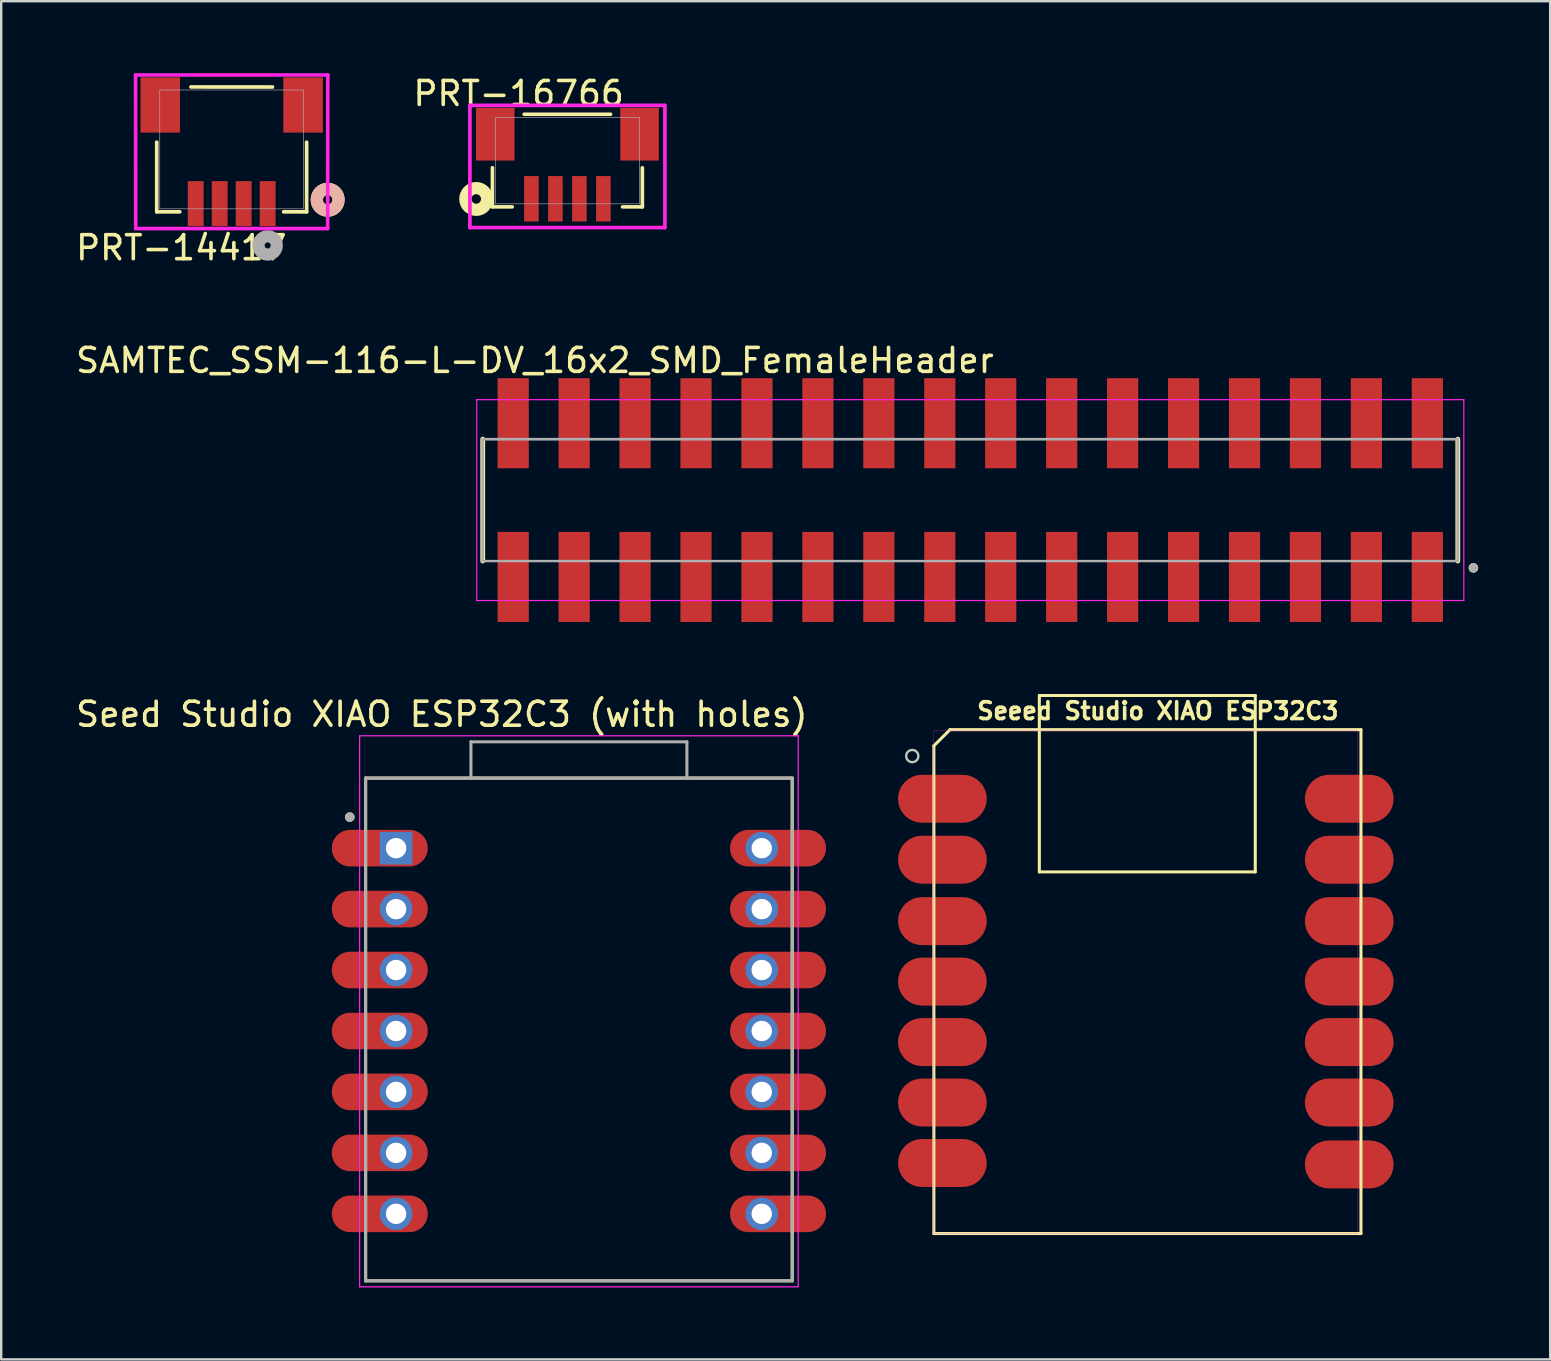
<source format=kicad_pcb>
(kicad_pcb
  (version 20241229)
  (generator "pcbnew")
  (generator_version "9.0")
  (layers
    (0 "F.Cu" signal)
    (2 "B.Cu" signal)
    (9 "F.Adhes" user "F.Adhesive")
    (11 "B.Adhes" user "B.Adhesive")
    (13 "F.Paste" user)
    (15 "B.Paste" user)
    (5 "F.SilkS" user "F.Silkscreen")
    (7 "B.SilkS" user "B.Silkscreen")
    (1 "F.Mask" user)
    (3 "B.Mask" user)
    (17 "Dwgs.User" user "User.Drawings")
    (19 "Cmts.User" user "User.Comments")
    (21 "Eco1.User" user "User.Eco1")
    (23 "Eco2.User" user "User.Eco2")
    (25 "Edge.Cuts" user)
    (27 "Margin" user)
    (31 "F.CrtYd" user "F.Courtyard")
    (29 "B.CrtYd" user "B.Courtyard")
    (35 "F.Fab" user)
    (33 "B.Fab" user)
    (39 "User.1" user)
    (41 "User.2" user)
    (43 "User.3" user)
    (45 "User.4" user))
  (footprint "SAMTEC_SSM-116-L-DV_16x2_SMD_FemaleHeader"
    (layer "F.Cu")
    (at 37.389 17.793)
    (property "Reference" "SAMTEC_SSM-116-L-DV_16x2_SMD_FemaleHeader" (at -18.145 -5.82 0) (layer "F.SilkS") (effects (font (size 1 1) (thickness 0.15))))
    (attr smd)
    (fp_line (start -20.32 2.54) (end -20.32 -2.54) (stroke (width 0.2) (type solid)) (layer "F.SilkS"))
    (fp_line (start 20.32 -2.54) (end 20.32 2.54) (stroke (width 0.2) (type solid)) (layer "F.SilkS"))
    (fp_circle (center 20.97 2.825) (end 21.07 2.825) (stroke (width 0.2) (type solid)) (fill no) (layer "F.SilkS"))
    (fp_line (start -20.57 -4.185) (end 20.57 -4.185) (stroke (width 0.05) (type solid)) (layer "F.CrtYd"))
    (fp_line (start -20.57 4.185) (end -20.57 -4.185) (stroke (width 0.05) (type solid)) (layer "F.CrtYd"))
    (fp_line (start 20.57 -4.185) (end 20.57 4.185) (stroke (width 0.05) (type solid)) (layer "F.CrtYd"))
    (fp_line (start 20.57 4.185) (end -20.57 4.185) (stroke (width 0.05) (type solid)) (layer "F.CrtYd"))
    (fp_line (start -20.32 -2.54) (end 20.32 -2.54) (stroke (width 0.1) (type solid)) (layer "F.Fab"))
    (fp_line (start -20.32 -2.54) (end 20.32 -2.54) (stroke (width 0.1) (type solid)) (layer "F.Fab"))
    (fp_line (start -20.32 2.54) (end -20.32 -2.54) (stroke (width 0.1) (type solid)) (layer "F.Fab"))
    (fp_line (start -20.32 2.54) (end -20.32 -2.54) (stroke (width 0.1) (type solid)) (layer "F.Fab"))
    (fp_line (start 20.32 -2.54) (end 20.32 2.54) (stroke (width 0.1) (type solid)) (layer "F.Fab"))
    (fp_line (start 20.32 -2.54) (end 20.32 2.54) (stroke (width 0.1) (type solid)) (layer "F.Fab"))
    (fp_line (start 20.32 2.54) (end -20.32 2.54) (stroke (width 0.1) (type solid)) (layer "F.Fab"))
    (fp_circle (center 20.97 2.825) (end 21.07 2.825) (stroke (width 0.2) (type solid)) (fill no) (layer "F.Fab"))
    (pad "01" smd rect (at 19.05 3.203) (size 1.3 3.755) (layers "F.Cu" "F.Mask" "F.Paste"))
    (pad "02" smd rect (at 19.05 -3.203) (size 1.3 3.755) (layers "F.Cu" "F.Mask" "F.Paste"))
    (pad "03" smd rect (at 16.51 3.203) (size 1.3 3.755) (layers "F.Cu" "F.Mask" "F.Paste"))
    (pad "04" smd rect (at 16.51 -3.203) (size 1.3 3.755) (layers "F.Cu" "F.Mask" "F.Paste"))
    (pad "05" smd rect (at 13.97 3.203) (size 1.3 3.755) (layers "F.Cu" "F.Mask" "F.Paste"))
    (pad "06" smd rect (at 13.97 -3.203) (size 1.3 3.755) (layers "F.Cu" "F.Mask" "F.Paste"))
    (pad "07" smd rect (at 11.43 3.203) (size 1.3 3.755) (layers "F.Cu" "F.Mask" "F.Paste"))
    (pad "08" smd rect (at 11.43 -3.203) (size 1.3 3.755) (layers "F.Cu" "F.Mask" "F.Paste"))
    (pad "09" smd rect (at 8.89 3.203) (size 1.3 3.755) (layers "F.Cu" "F.Mask" "F.Paste"))
    (pad "10" smd rect (at 8.89 -3.203) (size 1.3 3.755) (layers "F.Cu" "F.Mask" "F.Paste"))
    (pad "11" smd rect (at 6.35 3.203) (size 1.3 3.755) (layers "F.Cu" "F.Mask" "F.Paste"))
    (pad "12" smd rect (at 6.35 -3.203) (size 1.3 3.755) (layers "F.Cu" "F.Mask" "F.Paste"))
    (pad "13" smd rect (at 3.81 3.203) (size 1.3 3.755) (layers "F.Cu" "F.Mask" "F.Paste"))
    (pad "14" smd rect (at 3.81 -3.203) (size 1.3 3.755) (layers "F.Cu" "F.Mask" "F.Paste"))
    (pad "15" smd rect (at 1.27 3.203) (size 1.3 3.755) (layers "F.Cu" "F.Mask" "F.Paste"))
    (pad "16" smd rect (at 1.27 -3.203) (size 1.3 3.755) (layers "F.Cu" "F.Mask" "F.Paste"))
    (pad "17" smd rect (at -1.27 3.203) (size 1.3 3.755) (layers "F.Cu" "F.Mask" "F.Paste"))
    (pad "18" smd rect (at -1.27 -3.203) (size 1.3 3.755) (layers "F.Cu" "F.Mask" "F.Paste"))
    (pad "19" smd rect (at -3.81 3.203) (size 1.3 3.755) (layers "F.Cu" "F.Mask" "F.Paste"))
    (pad "20" smd rect (at -3.81 -3.203) (size 1.3 3.755) (layers "F.Cu" "F.Mask" "F.Paste"))
    (pad "21" smd rect (at -6.35 3.203) (size 1.3 3.755) (layers "F.Cu" "F.Mask" "F.Paste"))
    (pad "22" smd rect (at -6.35 -3.203) (size 1.3 3.755) (layers "F.Cu" "F.Mask" "F.Paste"))
    (pad "23" smd rect (at -8.89 3.203) (size 1.3 3.755) (layers "F.Cu" "F.Mask" "F.Paste"))
    (pad "24" smd rect (at -8.89 -3.203) (size 1.3 3.755) (layers "F.Cu" "F.Mask" "F.Paste"))
    (pad "25" smd rect (at -11.43 3.203) (size 1.3 3.755) (layers "F.Cu" "F.Mask" "F.Paste"))
    (pad "26" smd rect (at -11.43 -3.203) (size 1.3 3.755) (layers "F.Cu" "F.Mask" "F.Paste"))
    (pad "27" smd rect (at -13.97 3.203) (size 1.3 3.755) (layers "F.Cu" "F.Mask" "F.Paste"))
    (pad "28" smd rect (at -13.97 -3.203) (size 1.3 3.755) (layers "F.Cu" "F.Mask" "F.Paste"))
    (pad "29" smd rect (at -16.51 3.203) (size 1.3 3.755) (layers "F.Cu" "F.Mask" "F.Paste"))
    (pad "30" smd rect (at -16.51 -3.203) (size 1.3 3.755) (layers "F.Cu" "F.Mask" "F.Paste"))
    (pad "31" smd rect (at -19.05 3.203) (size 1.3 3.755) (layers "F.Cu" "F.Mask" "F.Paste"))
    (pad "32" smd rect (at -19.05 -3.203) (size 1.3 3.755) (layers "F.Cu" "F.Mask" "F.Paste")))
  (footprint "PRT-14417"
    (layer "F.Cu")
    (at 6.606 3.176)
    (property "Reference" "PRT-14417" (at -2.1 4.1 0) (unlocked yes) (layer "F.SilkS") (effects (font (size 1 1) (thickness 0.15))))
    (attr smd)
    (fp_line (start -3.124 -0.3) (end -3.124 2.603) (stroke (width 0.152) (type solid)) (layer "F.SilkS"))
    (fp_line (start -3.124 2.603) (end -2.163 2.603) (stroke (width 0.152) (type solid)) (layer "F.SilkS"))
    (fp_line (start 1.7 -2.6) (end -1.7 -2.603) (stroke (width 0.152) (type solid)) (layer "F.SilkS"))
    (fp_line (start 2.163 2.603) (end 3.124 2.603) (stroke (width 0.152) (type solid)) (layer "F.SilkS"))
    (fp_line (start 3.124 2.603) (end 3.124 -0.3) (stroke (width 0.152) (type solid)) (layer "F.SilkS"))
    (fp_circle (center 4 2.1) (end 4.2 2.1) (stroke (width 0.508) (type solid)) (fill no) (layer "F.SilkS"))
    (fp_circle (center 4 2.099) (end 4.2 2.099) (stroke (width 0.508) (type solid)) (fill no) (layer "B.SilkS"))
    (fp_line (start -4.006 -3.1) (end -4 3.3) (stroke (width 0.152) (type solid)) (layer "F.CrtYd"))
    (fp_line (start -4 3.3) (end 4 3.3) (stroke (width 0.152) (type solid)) (layer "F.CrtYd"))
    (fp_line (start 4 3.3) (end 4.006 -3.1) (stroke (width 0.152) (type solid)) (layer "F.CrtYd"))
    (fp_line (start 4.006 -3.1) (end -4.006 -3.1) (stroke (width 0.152) (type solid)) (layer "F.CrtYd"))
    (fp_line (start -2.997 -2.477) (end -2.997 2.477) (stroke (width 0.025) (type solid)) (layer "F.Fab"))
    (fp_line (start -2.997 2.477) (end 2.997 2.477) (stroke (width 0.025) (type solid)) (layer "F.Fab"))
    (fp_line (start 2.997 -2.477) (end -2.997 -2.477) (stroke (width 0.025) (type solid)) (layer "F.Fab"))
    (fp_line (start 2.997 2.477) (end 2.997 -2.477) (stroke (width 0.025) (type solid)) (layer "F.Fab"))
    (fp_circle (center 1.5 4.003) (end 1.881 4.003) (stroke (width 0.508) (type solid)) (fill no) (layer "F.Fab"))
    (pad "1" smd rect (at 1.5 2.262) (size 0.66 1.876) (layers "F.Cu" "F.Mask" "F.Paste"))
    (pad "2" smd rect (at 0.5 2.262) (size 0.66 1.876) (layers "F.Cu" "F.Mask" "F.Paste"))
    (pad "3" smd rect (at -0.5 2.262) (size 0.66 1.876) (layers "F.Cu" "F.Mask" "F.Paste"))
    (pad "4" smd rect (at -1.5 2.262) (size 0.66 1.876) (layers "F.Cu" "F.Mask" "F.Paste"))
    (pad "5" smd rect (at -2.976 -1.85 90) (size 2.3 1.648) (layers "F.Cu" "F.Mask" "F.Paste"))
    (pad "6" smd rect (at 2.976 -1.85 90) (size 2.3 1.648) (layers "F.Cu" "F.Mask" "F.Paste")))
  (footprint "PRT-16766"
    (layer "F.Cu")
    (at 20.598 3.642)
    (property "Reference" "PRT-16766" (at -2.032 -2.794 0) (unlocked yes) (layer "F.SilkS") (effects (font (size 1 1) (thickness 0.15))))
    (attr smd)
    (fp_line (start -3.124 0.3) (end -3.124 1.93) (stroke (width 0.152) (type solid)) (layer "F.SilkS"))
    (fp_line (start -3.124 1.93) (end -2.3 1.93) (stroke (width 0.152) (type solid)) (layer "F.SilkS"))
    (fp_line (start 1.8 -1.93) (end -1.8 -1.93) (stroke (width 0.152) (type solid)) (layer "F.SilkS"))
    (fp_line (start 2.3 1.93) (end 3.124 1.93) (stroke (width 0.152) (type solid)) (layer "F.SilkS"))
    (fp_line (start 3.124 1.93) (end 3.124 0.3) (stroke (width 0.152) (type solid)) (layer "F.SilkS"))
    (fp_circle (center -3.8 1.6) (end -3.6 1.6) (stroke (width 0.508) (type solid)) (fill no) (layer "F.SilkS"))
    (fp_line (start -4.064 -2.3) (end -4.064 2.794) (stroke (width 0.152) (type solid)) (layer "F.CrtYd"))
    (fp_line (start -4.064 2.794) (end 4.064 2.794) (stroke (width 0.152) (type solid)) (layer "F.CrtYd"))
    (fp_line (start 4.064 -2.3) (end -4.064 -2.3) (stroke (width 0.152) (type solid)) (layer "F.CrtYd"))
    (fp_line (start 4.064 2.794) (end 4.064 -2.3) (stroke (width 0.152) (type solid)) (layer "F.CrtYd"))
    (fp_line (start -2.997 -1.803) (end -2.997 1.803) (stroke (width 0.025) (type solid)) (layer "F.Fab"))
    (fp_line (start -2.997 1.803) (end 2.997 1.803) (stroke (width 0.025) (type solid)) (layer "F.Fab"))
    (fp_line (start 2.997 -1.803) (end -2.997 -1.803) (stroke (width 0.025) (type solid)) (layer "F.Fab"))
    (fp_line (start 2.997 1.803) (end 2.997 -1.803) (stroke (width 0.025) (type solid)) (layer "F.Fab"))
    (pad "1" smd rect (at -1.5 1.593) (size 0.61 1.893) (layers "F.Cu" "F.Mask" "F.Paste"))
    (pad "2" smd rect (at -0.5 1.593) (size 0.61 1.893) (layers "F.Cu" "F.Mask" "F.Paste"))
    (pad "3" smd rect (at 0.5 1.593) (size 0.61 1.893) (layers "F.Cu" "F.Mask" "F.Paste"))
    (pad "4" smd rect (at 1.5 1.593) (size 0.61 1.893) (layers "F.Cu" "F.Mask" "F.Paste"))
    (pad "5" smd rect (at -3.007 -1.1) (size 1.607 2.2) (layers "F.Cu" "F.Mask" "F.Paste"))
    (pad "6" smd rect (at 3.007 -1.1) (size 1.607 2.2) (layers "F.Cu" "F.Mask" "F.Paste")))
  (footprint "Seed Studio XIAO ESP32C3 (with holes)"
    (layer "F.Cu")
    (at 21.078 39.856)
    (property "Reference" "Seed Studio XIAO ESP32C3 (with holes)" (at -5.715 -13.135 0) (layer "F.SilkS") (effects (font (size 1 1) (thickness 0.15))))
    (attr through_hole)
    (fp_line (start -8.89 -10.477) (end 8.89 -10.477) (stroke (width 0.127) (type solid)) (layer "F.SilkS"))
    (fp_line (start -8.89 10.477) (end -8.89 -10.477) (stroke (width 0.127) (type solid)) (layer "F.SilkS"))
    (fp_line (start 8.89 -10.477) (end 8.89 10.477) (stroke (width 0.127) (type solid)) (layer "F.SilkS"))
    (fp_line (start 8.89 10.477) (end -8.89 10.477) (stroke (width 0.127) (type solid)) (layer "F.SilkS"))
    (fp_circle (center -9.55 -8.85) (end -9.45 -8.85) (stroke (width 0.2) (type solid)) (fill no) (layer "F.SilkS"))
    (fp_line (start -9.14 -12.238) (end -9.14 10.727) (stroke (width 0.05) (type solid)) (layer "F.CrtYd"))
    (fp_line (start -9.14 10.727) (end 9.14 10.727) (stroke (width 0.05) (type solid)) (layer "F.CrtYd"))
    (fp_line (start 9.14 -12.238) (end -9.14 -12.238) (stroke (width 0.05) (type solid)) (layer "F.CrtYd"))
    (fp_line (start 9.14 10.727) (end 9.14 -12.238) (stroke (width 0.05) (type solid)) (layer "F.CrtYd"))
    (fp_line (start -8.89 -10.477) (end -4.5 -10.477) (stroke (width 0.127) (type solid)) (layer "F.Fab"))
    (fp_line (start -8.89 10.477) (end -8.89 -10.477) (stroke (width 0.127) (type solid)) (layer "F.Fab"))
    (fp_line (start -4.5 -11.988) (end 4.5 -11.988) (stroke (width 0.127) (type solid)) (layer "F.Fab"))
    (fp_line (start -4.5 -10.477) (end -4.5 -11.988) (stroke (width 0.127) (type solid)) (layer "F.Fab"))
    (fp_line (start -4.5 -10.477) (end 4.5 -10.477) (stroke (width 0.127) (type solid)) (layer "F.Fab"))
    (fp_line (start 4.5 -11.988) (end 4.5 -10.477) (stroke (width 0.127) (type solid)) (layer "F.Fab"))
    (fp_line (start 4.5 -10.477) (end 8.89 -10.477) (stroke (width 0.127) (type solid)) (layer "F.Fab"))
    (fp_line (start 8.89 -10.477) (end 8.89 10.477) (stroke (width 0.127) (type solid)) (layer "F.Fab"))
    (fp_line (start 8.89 10.477) (end -8.89 10.477) (stroke (width 0.127) (type solid)) (layer "F.Fab"))
    (fp_circle (center -9.55 -8.85) (end -9.45 -8.85) (stroke (width 0.2) (type solid)) (fill no) (layer "F.Fab"))
    (pad "1" smd oval (at -8.299 -7.556) (size 4 1.524) (layers "F.Cu" "F.Mask" "F.Paste"))
    (pad "1" thru_hole rect (at -7.62 -7.556) (size 1.358 1.358) (drill 0.85) (layers "*.Cu" "*.Mask"))
    (pad "2" smd oval (at -8.299 -5.016) (size 4 1.524) (layers "F.Cu" "F.Mask" "F.Paste"))
    (pad "2" thru_hole circle (at -7.62 -5.016) (size 1.358 1.358) (drill 0.85) (layers "*.Cu" "*.Mask"))
    (pad "3" smd oval (at -8.299 -2.477) (size 4 1.524) (layers "F.Cu" "F.Mask" "F.Paste"))
    (pad "3" thru_hole circle (at -7.62 -2.477) (size 1.358 1.358) (drill 0.85) (layers "*.Cu" "*.Mask"))
    (pad "4" smd oval (at -8.299 0.064) (size 4 1.524) (layers "F.Cu" "F.Mask" "F.Paste"))
    (pad "4" thru_hole circle (at -7.62 0.064) (size 1.358 1.358) (drill 0.85) (layers "*.Cu" "*.Mask"))
    (pad "5" smd oval (at -8.299 2.603) (size 4 1.524) (layers "F.Cu" "F.Mask" "F.Paste"))
    (pad "5" thru_hole circle (at -7.62 2.603) (size 1.358 1.358) (drill 0.85) (layers "*.Cu" "*.Mask"))
    (pad "6" smd oval (at -8.299 5.144) (size 4 1.524) (layers "F.Cu" "F.Mask" "F.Paste"))
    (pad "6" thru_hole circle (at -7.62 5.144) (size 1.358 1.358) (drill 0.85) (layers "*.Cu" "*.Mask"))
    (pad "7" smd oval (at -8.299 7.684) (size 4 1.524) (layers "F.Cu" "F.Mask" "F.Paste"))
    (pad "7" thru_hole circle (at -7.62 7.684) (size 1.358 1.358) (drill 0.85) (layers "*.Cu" "*.Mask"))
    (pad "8" thru_hole circle (at 7.62 7.684) (size 1.358 1.358) (drill 0.85) (layers "*.Cu" "*.Mask"))
    (pad "8" smd oval (at 8.299 7.684) (size 4 1.524) (layers "F.Cu" "F.Mask" "F.Paste"))
    (pad "9" thru_hole circle (at 7.62 5.144) (size 1.358 1.358) (drill 0.85) (layers "*.Cu" "*.Mask"))
    (pad "9" smd oval (at 8.299 5.144) (size 4 1.524) (layers "F.Cu" "F.Mask" "F.Paste"))
    (pad "10" thru_hole circle (at 7.62 2.603) (size 1.358 1.358) (drill 0.85) (layers "*.Cu" "*.Mask"))
    (pad "10" smd oval (at 8.299 2.603) (size 4 1.524) (layers "F.Cu" "F.Mask" "F.Paste"))
    (pad "11" thru_hole circle (at 7.62 0.064) (size 1.358 1.358) (drill 0.85) (layers "*.Cu" "*.Mask"))
    (pad "11" smd oval (at 8.299 0.064) (size 4 1.524) (layers "F.Cu" "F.Mask" "F.Paste"))
    (pad "12" thru_hole circle (at 7.62 -2.477) (size 1.358 1.358) (drill 0.85) (layers "*.Cu" "*.Mask"))
    (pad "12" smd oval (at 8.299 -2.477) (size 4 1.524) (layers "F.Cu" "F.Mask" "F.Paste"))
    (pad "13" thru_hole circle (at 7.62 -5.016) (size 1.358 1.358) (drill 0.85) (layers "*.Cu" "*.Mask"))
    (pad "13" smd oval (at 8.299 -5.016) (size 4 1.524) (layers "F.Cu" "F.Mask" "F.Paste"))
    (pad "14" thru_hole circle (at 7.62 -7.556) (size 1.358 1.358) (drill 0.85) (layers "*.Cu" "*.Mask"))
    (pad "14" smd oval (at 8.299 -7.556) (size 4 1.524) (layers "F.Cu" "F.Mask" "F.Paste")))
  (footprint "Seeed Studio XIAO ESP32C3"
    (layer "F.Cu")
    (at 35.872 48.361)
    (property "Reference" "Seeed Studio XIAO ESP32C3" (at 9.335 -21.78 0) (layer "F.SilkS") (effects (font (size 0.7 0.7) (thickness 0.15))))
    (attr through_hole)
    (fp_line (start 0 -20.328) (end 0 0) (stroke (width 0.127) (type solid)) (layer "F.SilkS"))
    (fp_line (start 0 0) (end 17.8 0) (stroke (width 0.127) (type solid)) (layer "F.SilkS"))
    (fp_line (start 0.672 -21) (end 0 -20.328) (stroke (width 0.127) (type solid)) (layer "F.SilkS"))
    (fp_line (start 4.396 -15.072) (end 4.396 -22.425) (stroke (width 0.127) (type solid)) (layer "F.SilkS"))
    (fp_line (start 4.4 -22.424) (end 13.395 -22.424) (stroke (width 0.127) (type solid)) (layer "F.SilkS"))
    (fp_line (start 13.395 -22.424) (end 13.395 -15.072) (stroke (width 0.127) (type solid)) (layer "F.SilkS"))
    (fp_line (start 13.395 -15.072) (end 4.396 -15.072) (stroke (width 0.127) (type solid)) (layer "F.SilkS"))
    (fp_line (start 17.8 -21) (end 0.672 -21) (stroke (width 0.127) (type solid)) (layer "F.SilkS"))
    (fp_line (start 17.8 0) (end 17.8 -21) (stroke (width 0.127) (type solid)) (layer "F.SilkS"))
    (fp_circle (center -0.9 -19.9) (end -0.646 -19.9) (stroke (width 0.1) (type solid)) (fill no) (layer "Dwgs.User"))
    (fp_poly (pts (xy 0 -20.955) (xy 17.653 -20.955) (xy 17.653 0) (xy 0 0)) (stroke (width 0.01) (type solid)) (fill no) (layer "F.CrtYd"))
    (pad "1" smd roundrect (at 0.355 -18.12) (size 3.7 2) (layers "F.Cu" "F.Mask" "F.Paste") (roundrect_rratio 0.5))
    (pad "2" smd roundrect (at 0.355 -15.58) (size 3.7 2) (layers "F.Cu" "F.Mask" "F.Paste") (roundrect_rratio 0.5))
    (pad "3" smd roundrect (at 0.355 -13.02) (size 3.7 2) (layers "F.Cu" "F.Mask" "F.Paste") (roundrect_rratio 0.5))
    (pad "4" smd roundrect (at 0.355 -10.5) (size 3.7 2) (layers "F.Cu" "F.Mask" "F.Paste") (roundrect_rratio 0.5))
    (pad "5" smd roundrect (at 0.355 -7.98) (size 3.7 2) (layers "F.Cu" "F.Mask" "F.Paste") (roundrect_rratio 0.5))
    (pad "6" smd roundrect (at 0.355 -5.46) (size 3.7 2) (layers "F.Cu" "F.Mask" "F.Paste") (roundrect_rratio 0.5))
    (pad "7" smd roundrect (at 0.355 -2.94) (size 3.7 2) (layers "F.Cu" "F.Mask" "F.Paste") (roundrect_rratio 0.5))
    (pad "8" smd roundrect (at 17.312 -2.88) (size 3.7 2) (layers "F.Cu" "F.Mask" "F.Paste") (roundrect_rratio 0.5))
    (pad "9" smd roundrect (at 17.312 -5.46) (size 3.7 2) (layers "F.Cu" "F.Mask" "F.Paste") (roundrect_rratio 0.5))
    (pad "10" smd roundrect (at 17.312 -7.98) (size 3.7 2) (layers "F.Cu" "F.Mask" "F.Paste") (roundrect_rratio 0.5))
    (pad "11" smd roundrect (at 17.312 -10.5) (size 3.7 2) (layers "F.Cu" "F.Mask" "F.Paste") (roundrect_rratio 0.5))
    (pad "12" smd roundrect (at 17.312 -13.02) (size 3.7 2) (layers "F.Cu" "F.Mask" "F.Paste") (roundrect_rratio 0.5))
    (pad "13" smd roundrect (at 17.312 -15.58) (size 3.7 2) (layers "F.Cu" "F.Mask" "F.Paste") (roundrect_rratio 0.5))
    (pad "14" smd roundrect (at 17.312 -18.12) (size 3.7 2) (layers "F.Cu" "F.Mask" "F.Paste") (roundrect_rratio 0.5))
    (zone (net_name "") (layer "F.Cu") (hatch full 0.508) (connect_pads) (min_thickness 0.01) (filled_areas_thickness no) (keepout (tracks not_allowed) (vias not_allowed) (pads not_allowed) (copperpour not_allowed) (footprints allowed)) (placement (enabled no)) (fill) (polygon (pts (xy 38.857 35.598) (xy 41.778 35.598) (xy 41.778 37.63) (xy 38.857 37.63))))
    (zone (net_name "") (layer "F.Cu") (hatch full 0.508) (connect_pads) (min_thickness 0.01) (filled_areas_thickness no) (keepout (tracks not_allowed) (vias not_allowed) (pads not_allowed) (copperpour not_allowed) (footprints allowed)) (placement (enabled no)) (fill) (polygon (pts (xy 39.555 27.279) (xy 41.333 27.279) (xy 41.333 29.946) (xy 39.555 29.946))))
    (zone (net_name "") (layer "F.Cu") (hatch full 0.508) (connect_pads) (min_thickness 0.01) (filled_areas_thickness no) (keepout (tracks not_allowed) (vias not_allowed) (pads not_allowed) (copperpour not_allowed) (footprints allowed)) (placement (enabled no)) (fill) (polygon (pts (xy 39.555 31.343) (xy 41.333 31.343) (xy 41.333 34.01) (xy 39.555 34.01))))
    (zone (net_name "") (layer "F.Cu") (hatch full 0.508) (connect_pads) (min_thickness 0.01) (filled_areas_thickness no) (keepout (tracks not_allowed) (vias not_allowed) (pads not_allowed) (copperpour not_allowed) (footprints allowed)) (placement (enabled no)) (fill) (polygon (pts (xy 42.222 28.041) (xy 47.429 28.041) (xy 47.429 35.026) (xy 42.222 35.026))))
    (zone (net_name "") (layer "F.Cu") (hatch full 0.508) (connect_pads) (min_thickness 0.01) (filled_areas_thickness no) (keepout (tracks not_allowed) (vias not_allowed) (pads not_allowed) (copperpour not_allowed) (footprints allowed)) (placement (enabled no)) (fill) (polygon (pts (xy 42.222 45.186) (xy 47.937 45.186) (xy 47.937 47.726) (xy 42.222 47.726))))
    (zone (net_name "") (layer "F.Cu") (hatch full 0.508) (connect_pads) (min_thickness 0.01) (filled_areas_thickness no) (keepout (tracks not_allowed) (vias not_allowed) (pads not_allowed) (copperpour not_allowed) (footprints allowed)) (placement (enabled no)) (fill) (polygon (pts (xy 45.651 37.058) (xy 48.699 37.058) (xy 48.699 40.106) (xy 45.651 40.106))))
    (zone (net_name "") (layer "F.Cu") (hatch full 0.508) (connect_pads) (min_thickness 0.01) (filled_areas_thickness no) (keepout (tracks not_allowed) (vias not_allowed) (pads not_allowed) (copperpour not_allowed) (footprints allowed)) (placement (enabled no)) (fill) (polygon (pts (xy 48.191 27.279) (xy 49.969 27.279) (xy 49.969 29.946) (xy 48.191 29.946))))
    (zone (net_name "") (layer "F.Cu") (hatch full 0.508) (connect_pads) (min_thickness 0.01) (filled_areas_thickness no) (keepout (tracks not_allowed) (vias not_allowed) (pads not_allowed) (copperpour not_allowed) (footprints allowed)) (placement (enabled no)) (fill) (polygon (pts (xy 48.191 31.343) (xy 49.969 31.343) (xy 49.969 34.01) (xy 48.191 34.01)))))
  (gr_rect
    (start -3 -3)
    (end 61.559 53.608)
    (stroke (width 0.1) (type default))
    (fill no)
    (layer "Edge.Cuts")))
</source>
